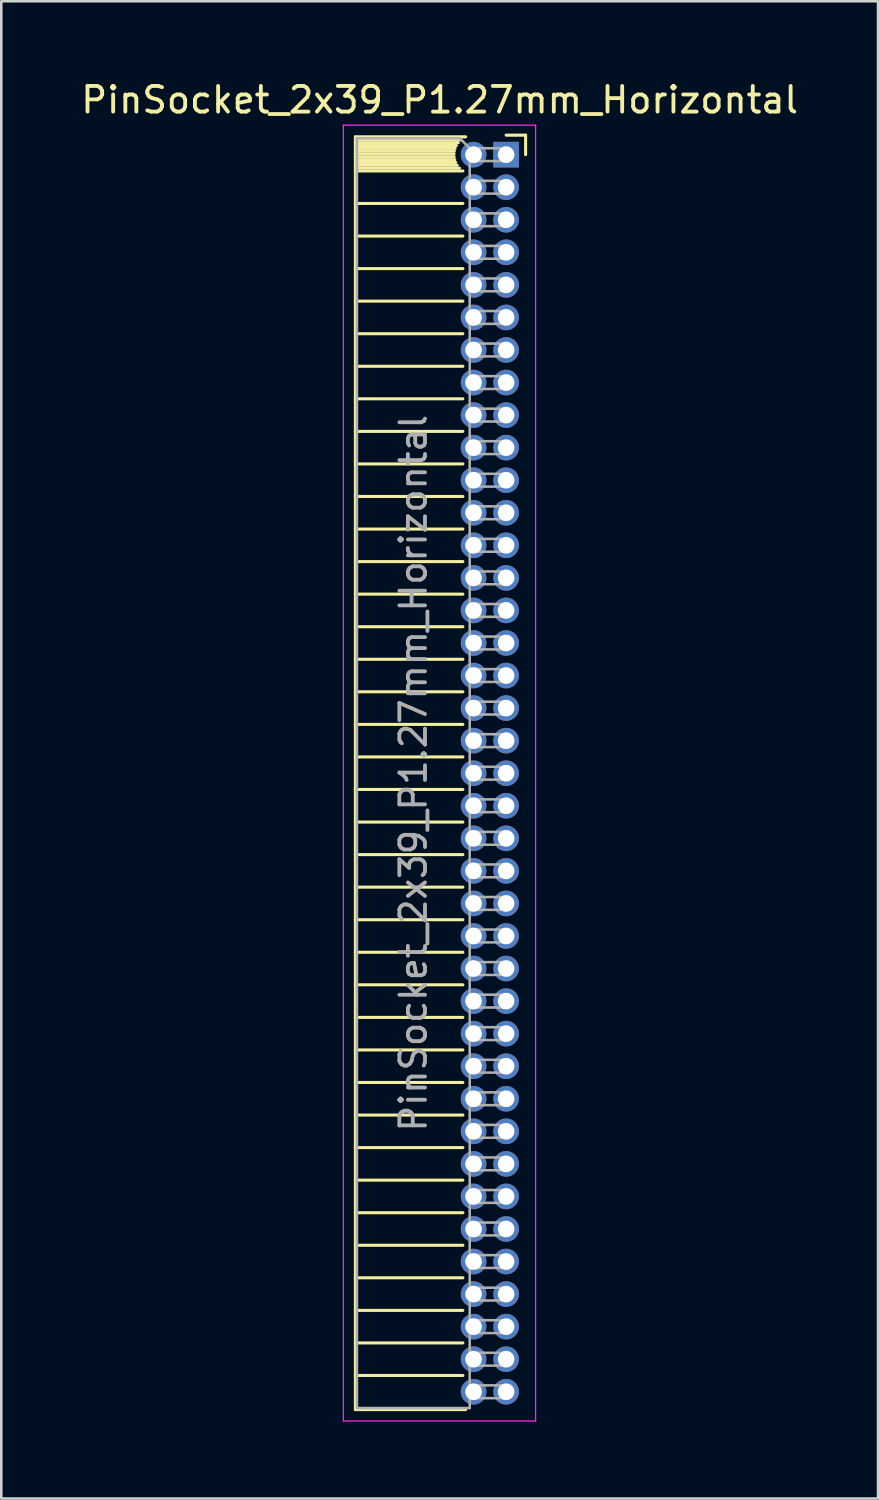
<source format=kicad_pcb>
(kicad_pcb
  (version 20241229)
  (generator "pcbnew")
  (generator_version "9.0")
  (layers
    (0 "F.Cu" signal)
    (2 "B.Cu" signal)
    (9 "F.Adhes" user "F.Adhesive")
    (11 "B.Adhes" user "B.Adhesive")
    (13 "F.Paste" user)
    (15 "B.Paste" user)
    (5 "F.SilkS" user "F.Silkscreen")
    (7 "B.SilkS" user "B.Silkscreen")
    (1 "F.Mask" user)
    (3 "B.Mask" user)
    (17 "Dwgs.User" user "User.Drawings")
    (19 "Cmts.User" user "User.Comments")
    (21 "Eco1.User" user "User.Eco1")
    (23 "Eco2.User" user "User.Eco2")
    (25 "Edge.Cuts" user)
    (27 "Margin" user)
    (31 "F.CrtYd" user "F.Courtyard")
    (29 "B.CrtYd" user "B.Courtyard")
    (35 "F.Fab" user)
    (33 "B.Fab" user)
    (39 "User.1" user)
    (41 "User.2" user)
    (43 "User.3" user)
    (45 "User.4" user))
  (footprint "PinSocket_2x39_P1.27mm_Horizontal"
    (layer "F.Cu")
    (at 16.694 2.983)
    (property "Reference" "PinSocket_2x39_P1.27mm_Horizontal" (at -2.592 -2.135 0) (layer "F.SilkS") (effects (font (size 1 1) (thickness 0.15))))
    (attr through_hole)
    (fp_line (start -5.88 -0.695) (end -5.88 48.955) (stroke (width 0.12) (type solid)) (layer "F.SilkS"))
    (fp_line (start -5.88 -0.695) (end -1.578 -0.695) (stroke (width 0.12) (type solid)) (layer "F.SilkS"))
    (fp_line (start -5.88 -0.575) (end -1.767 -0.575) (stroke (width 0.12) (type solid)) (layer "F.SilkS"))
    (fp_line (start -5.88 -0.465) (end -1.871 -0.465) (stroke (width 0.12) (type solid)) (layer "F.SilkS"))
    (fp_line (start -5.88 -0.355) (end -1.942 -0.355) (stroke (width 0.12) (type solid)) (layer "F.SilkS"))
    (fp_line (start -5.88 -0.245) (end -1.989 -0.245) (stroke (width 0.12) (type solid)) (layer "F.SilkS"))
    (fp_line (start -5.88 -0.135) (end -2.018 -0.135) (stroke (width 0.12) (type solid)) (layer "F.SilkS"))
    (fp_line (start -5.88 -0.025) (end -2.03 -0.025) (stroke (width 0.12) (type solid)) (layer "F.SilkS"))
    (fp_line (start -5.88 0.085) (end -2.025 0.085) (stroke (width 0.12) (type solid)) (layer "F.SilkS"))
    (fp_line (start -5.88 0.195) (end -2.005 0.195) (stroke (width 0.12) (type solid)) (layer "F.SilkS"))
    (fp_line (start -5.88 0.305) (end -1.966 0.305) (stroke (width 0.12) (type solid)) (layer "F.SilkS"))
    (fp_line (start -5.88 0.415) (end -1.907 0.415) (stroke (width 0.12) (type solid)) (layer "F.SilkS"))
    (fp_line (start -5.88 0.525) (end -1.82 0.525) (stroke (width 0.12) (type solid)) (layer "F.SilkS"))
    (fp_line (start -5.88 0.635) (end -1.688 0.635) (stroke (width 0.12) (type solid)) (layer "F.SilkS"))
    (fp_line (start -5.88 1.905) (end -1.688 1.905) (stroke (width 0.12) (type solid)) (layer "F.SilkS"))
    (fp_line (start -5.88 3.175) (end -1.688 3.175) (stroke (width 0.12) (type solid)) (layer "F.SilkS"))
    (fp_line (start -5.88 4.445) (end -1.688 4.445) (stroke (width 0.12) (type solid)) (layer "F.SilkS"))
    (fp_line (start -5.88 5.715) (end -1.688 5.715) (stroke (width 0.12) (type solid)) (layer "F.SilkS"))
    (fp_line (start -5.88 6.985) (end -1.688 6.985) (stroke (width 0.12) (type solid)) (layer "F.SilkS"))
    (fp_line (start -5.88 8.255) (end -1.688 8.255) (stroke (width 0.12) (type solid)) (layer "F.SilkS"))
    (fp_line (start -5.88 9.525) (end -1.688 9.525) (stroke (width 0.12) (type solid)) (layer "F.SilkS"))
    (fp_line (start -5.88 10.795) (end -1.688 10.795) (stroke (width 0.12) (type solid)) (layer "F.SilkS"))
    (fp_line (start -5.88 12.065) (end -1.688 12.065) (stroke (width 0.12) (type solid)) (layer "F.SilkS"))
    (fp_line (start -5.88 13.335) (end -1.688 13.335) (stroke (width 0.12) (type solid)) (layer "F.SilkS"))
    (fp_line (start -5.88 14.605) (end -1.688 14.605) (stroke (width 0.12) (type solid)) (layer "F.SilkS"))
    (fp_line (start -5.88 15.875) (end -1.688 15.875) (stroke (width 0.12) (type solid)) (layer "F.SilkS"))
    (fp_line (start -5.88 17.145) (end -1.688 17.145) (stroke (width 0.12) (type solid)) (layer "F.SilkS"))
    (fp_line (start -5.88 18.415) (end -1.688 18.415) (stroke (width 0.12) (type solid)) (layer "F.SilkS"))
    (fp_line (start -5.88 19.685) (end -1.688 19.685) (stroke (width 0.12) (type solid)) (layer "F.SilkS"))
    (fp_line (start -5.88 20.955) (end -1.688 20.955) (stroke (width 0.12) (type solid)) (layer "F.SilkS"))
    (fp_line (start -5.88 22.225) (end -1.688 22.225) (stroke (width 0.12) (type solid)) (layer "F.SilkS"))
    (fp_line (start -5.88 23.495) (end -1.688 23.495) (stroke (width 0.12) (type solid)) (layer "F.SilkS"))
    (fp_line (start -5.88 24.765) (end -1.688 24.765) (stroke (width 0.12) (type solid)) (layer "F.SilkS"))
    (fp_line (start -5.88 26.035) (end -1.688 26.035) (stroke (width 0.12) (type solid)) (layer "F.SilkS"))
    (fp_line (start -5.88 27.305) (end -1.688 27.305) (stroke (width 0.12) (type solid)) (layer "F.SilkS"))
    (fp_line (start -5.88 28.575) (end -1.688 28.575) (stroke (width 0.12) (type solid)) (layer "F.SilkS"))
    (fp_line (start -5.88 29.845) (end -1.688 29.845) (stroke (width 0.12) (type solid)) (layer "F.SilkS"))
    (fp_line (start -5.88 31.115) (end -1.688 31.115) (stroke (width 0.12) (type solid)) (layer "F.SilkS"))
    (fp_line (start -5.88 32.385) (end -1.688 32.385) (stroke (width 0.12) (type solid)) (layer "F.SilkS"))
    (fp_line (start -5.88 33.655) (end -1.688 33.655) (stroke (width 0.12) (type solid)) (layer "F.SilkS"))
    (fp_line (start -5.88 34.925) (end -1.688 34.925) (stroke (width 0.12) (type solid)) (layer "F.SilkS"))
    (fp_line (start -5.88 36.195) (end -1.688 36.195) (stroke (width 0.12) (type solid)) (layer "F.SilkS"))
    (fp_line (start -5.88 37.465) (end -1.688 37.465) (stroke (width 0.12) (type solid)) (layer "F.SilkS"))
    (fp_line (start -5.88 38.735) (end -1.688 38.735) (stroke (width 0.12) (type solid)) (layer "F.SilkS"))
    (fp_line (start -5.88 40.005) (end -1.688 40.005) (stroke (width 0.12) (type solid)) (layer "F.SilkS"))
    (fp_line (start -5.88 41.275) (end -1.688 41.275) (stroke (width 0.12) (type solid)) (layer "F.SilkS"))
    (fp_line (start -5.88 42.545) (end -1.688 42.545) (stroke (width 0.12) (type solid)) (layer "F.SilkS"))
    (fp_line (start -5.88 43.815) (end -1.688 43.815) (stroke (width 0.12) (type solid)) (layer "F.SilkS"))
    (fp_line (start -5.88 45.085) (end -1.688 45.085) (stroke (width 0.12) (type solid)) (layer "F.SilkS"))
    (fp_line (start -5.88 46.355) (end -1.688 46.355) (stroke (width 0.12) (type solid)) (layer "F.SilkS"))
    (fp_line (start -5.88 47.625) (end -1.688 47.625) (stroke (width 0.12) (type solid)) (layer "F.SilkS"))
    (fp_line (start -5.88 48.955) (end -1.578 48.955) (stroke (width 0.12) (type solid)) (layer "F.SilkS"))
    (fp_line (start 0 -0.76) (end 0.76 -0.76) (stroke (width 0.12) (type solid)) (layer "F.SilkS"))
    (fp_line (start 0.76 -0.76) (end 0.76 0) (stroke (width 0.12) (type solid)) (layer "F.SilkS"))
    (fp_line (start -6.35 -1.15) (end -6.35 49.4) (stroke (width 0.05) (type solid)) (layer "F.CrtYd"))
    (fp_line (start -6.35 49.4) (end 1.15 49.4) (stroke (width 0.05) (type solid)) (layer "F.CrtYd"))
    (fp_line (start 1.15 -1.15) (end -6.35 -1.15) (stroke (width 0.05) (type solid)) (layer "F.CrtYd"))
    (fp_line (start 1.15 49.4) (end 1.15 -1.15) (stroke (width 0.05) (type solid)) (layer "F.CrtYd"))
    (fp_line (start -5.82 -0.635) (end -1.805 -0.635) (stroke (width 0.1) (type solid)) (layer "F.Fab"))
    (fp_line (start -5.82 48.895) (end -5.82 -0.635) (stroke (width 0.1) (type solid)) (layer "F.Fab"))
    (fp_line (start -1.805 -0.635) (end -1.42 -0.25) (stroke (width 0.1) (type solid)) (layer "F.Fab"))
    (fp_line (start -1.42 -0.25) (end -1.42 48.895) (stroke (width 0.1) (type solid)) (layer "F.Fab"))
    (fp_line (start -1.42 0.25) (end 0 0.25) (stroke (width 0.1) (type solid)) (layer "F.Fab"))
    (fp_line (start -1.42 1.52) (end 0 1.52) (stroke (width 0.1) (type solid)) (layer "F.Fab"))
    (fp_line (start -1.42 2.79) (end 0 2.79) (stroke (width 0.1) (type solid)) (layer "F.Fab"))
    (fp_line (start -1.42 4.06) (end 0 4.06) (stroke (width 0.1) (type solid)) (layer "F.Fab"))
    (fp_line (start -1.42 5.33) (end 0 5.33) (stroke (width 0.1) (type solid)) (layer "F.Fab"))
    (fp_line (start -1.42 6.6) (end 0 6.6) (stroke (width 0.1) (type solid)) (layer "F.Fab"))
    (fp_line (start -1.42 7.87) (end 0 7.87) (stroke (width 0.1) (type solid)) (layer "F.Fab"))
    (fp_line (start -1.42 9.14) (end 0 9.14) (stroke (width 0.1) (type solid)) (layer "F.Fab"))
    (fp_line (start -1.42 10.41) (end 0 10.41) (stroke (width 0.1) (type solid)) (layer "F.Fab"))
    (fp_line (start -1.42 11.68) (end 0 11.68) (stroke (width 0.1) (type solid)) (layer "F.Fab"))
    (fp_line (start -1.42 12.95) (end 0 12.95) (stroke (width 0.1) (type solid)) (layer "F.Fab"))
    (fp_line (start -1.42 14.22) (end 0 14.22) (stroke (width 0.1) (type solid)) (layer "F.Fab"))
    (fp_line (start -1.42 15.49) (end 0 15.49) (stroke (width 0.1) (type solid)) (layer "F.Fab"))
    (fp_line (start -1.42 16.76) (end 0 16.76) (stroke (width 0.1) (type solid)) (layer "F.Fab"))
    (fp_line (start -1.42 18.03) (end 0 18.03) (stroke (width 0.1) (type solid)) (layer "F.Fab"))
    (fp_line (start -1.42 19.3) (end 0 19.3) (stroke (width 0.1) (type solid)) (layer "F.Fab"))
    (fp_line (start -1.42 20.57) (end 0 20.57) (stroke (width 0.1) (type solid)) (layer "F.Fab"))
    (fp_line (start -1.42 21.84) (end 0 21.84) (stroke (width 0.1) (type solid)) (layer "F.Fab"))
    (fp_line (start -1.42 23.11) (end 0 23.11) (stroke (width 0.1) (type solid)) (layer "F.Fab"))
    (fp_line (start -1.42 24.38) (end 0 24.38) (stroke (width 0.1) (type solid)) (layer "F.Fab"))
    (fp_line (start -1.42 25.65) (end 0 25.65) (stroke (width 0.1) (type solid)) (layer "F.Fab"))
    (fp_line (start -1.42 26.92) (end 0 26.92) (stroke (width 0.1) (type solid)) (layer "F.Fab"))
    (fp_line (start -1.42 28.19) (end 0 28.19) (stroke (width 0.1) (type solid)) (layer "F.Fab"))
    (fp_line (start -1.42 29.46) (end 0 29.46) (stroke (width 0.1) (type solid)) (layer "F.Fab"))
    (fp_line (start -1.42 30.73) (end 0 30.73) (stroke (width 0.1) (type solid)) (layer "F.Fab"))
    (fp_line (start -1.42 32) (end 0 32) (stroke (width 0.1) (type solid)) (layer "F.Fab"))
    (fp_line (start -1.42 33.27) (end 0 33.27) (stroke (width 0.1) (type solid)) (layer "F.Fab"))
    (fp_line (start -1.42 34.54) (end 0 34.54) (stroke (width 0.1) (type solid)) (layer "F.Fab"))
    (fp_line (start -1.42 35.81) (end 0 35.81) (stroke (width 0.1) (type solid)) (layer "F.Fab"))
    (fp_line (start -1.42 37.08) (end 0 37.08) (stroke (width 0.1) (type solid)) (layer "F.Fab"))
    (fp_line (start -1.42 38.35) (end 0 38.35) (stroke (width 0.1) (type solid)) (layer "F.Fab"))
    (fp_line (start -1.42 39.62) (end 0 39.62) (stroke (width 0.1) (type solid)) (layer "F.Fab"))
    (fp_line (start -1.42 40.89) (end 0 40.89) (stroke (width 0.1) (type solid)) (layer "F.Fab"))
    (fp_line (start -1.42 42.16) (end 0 42.16) (stroke (width 0.1) (type solid)) (layer "F.Fab"))
    (fp_line (start -1.42 43.43) (end 0 43.43) (stroke (width 0.1) (type solid)) (layer "F.Fab"))
    (fp_line (start -1.42 44.7) (end 0 44.7) (stroke (width 0.1) (type solid)) (layer "F.Fab"))
    (fp_line (start -1.42 45.97) (end 0 45.97) (stroke (width 0.1) (type solid)) (layer "F.Fab"))
    (fp_line (start -1.42 47.24) (end 0 47.24) (stroke (width 0.1) (type solid)) (layer "F.Fab"))
    (fp_line (start -1.42 48.51) (end 0 48.51) (stroke (width 0.1) (type solid)) (layer "F.Fab"))
    (fp_line (start -1.42 48.895) (end -5.82 48.895) (stroke (width 0.1) (type solid)) (layer "F.Fab"))
    (fp_line (start 0 -0.25) (end -1.42 -0.25) (stroke (width 0.1) (type solid)) (layer "F.Fab"))
    (fp_line (start 0 0.25) (end 0 -0.25) (stroke (width 0.1) (type solid)) (layer "F.Fab"))
    (fp_line (start 0 1.02) (end -1.42 1.02) (stroke (width 0.1) (type solid)) (layer "F.Fab"))
    (fp_line (start 0 1.52) (end 0 1.02) (stroke (width 0.1) (type solid)) (layer "F.Fab"))
    (fp_line (start 0 2.29) (end -1.42 2.29) (stroke (width 0.1) (type solid)) (layer "F.Fab"))
    (fp_line (start 0 2.79) (end 0 2.29) (stroke (width 0.1) (type solid)) (layer "F.Fab"))
    (fp_line (start 0 3.56) (end -1.42 3.56) (stroke (width 0.1) (type solid)) (layer "F.Fab"))
    (fp_line (start 0 4.06) (end 0 3.56) (stroke (width 0.1) (type solid)) (layer "F.Fab"))
    (fp_line (start 0 4.83) (end -1.42 4.83) (stroke (width 0.1) (type solid)) (layer "F.Fab"))
    (fp_line (start 0 5.33) (end 0 4.83) (stroke (width 0.1) (type solid)) (layer "F.Fab"))
    (fp_line (start 0 6.1) (end -1.42 6.1) (stroke (width 0.1) (type solid)) (layer "F.Fab"))
    (fp_line (start 0 6.6) (end 0 6.1) (stroke (width 0.1) (type solid)) (layer "F.Fab"))
    (fp_line (start 0 7.37) (end -1.42 7.37) (stroke (width 0.1) (type solid)) (layer "F.Fab"))
    (fp_line (start 0 7.87) (end 0 7.37) (stroke (width 0.1) (type solid)) (layer "F.Fab"))
    (fp_line (start 0 8.64) (end -1.42 8.64) (stroke (width 0.1) (type solid)) (layer "F.Fab"))
    (fp_line (start 0 9.14) (end 0 8.64) (stroke (width 0.1) (type solid)) (layer "F.Fab"))
    (fp_line (start 0 9.91) (end -1.42 9.91) (stroke (width 0.1) (type solid)) (layer "F.Fab"))
    (fp_line (start 0 10.41) (end 0 9.91) (stroke (width 0.1) (type solid)) (layer "F.Fab"))
    (fp_line (start 0 11.18) (end -1.42 11.18) (stroke (width 0.1) (type solid)) (layer "F.Fab"))
    (fp_line (start 0 11.68) (end 0 11.18) (stroke (width 0.1) (type solid)) (layer "F.Fab"))
    (fp_line (start 0 12.45) (end -1.42 12.45) (stroke (width 0.1) (type solid)) (layer "F.Fab"))
    (fp_line (start 0 12.95) (end 0 12.45) (stroke (width 0.1) (type solid)) (layer "F.Fab"))
    (fp_line (start 0 13.72) (end -1.42 13.72) (stroke (width 0.1) (type solid)) (layer "F.Fab"))
    (fp_line (start 0 14.22) (end 0 13.72) (stroke (width 0.1) (type solid)) (layer "F.Fab"))
    (fp_line (start 0 14.99) (end -1.42 14.99) (stroke (width 0.1) (type solid)) (layer "F.Fab"))
    (fp_line (start 0 15.49) (end 0 14.99) (stroke (width 0.1) (type solid)) (layer "F.Fab"))
    (fp_line (start 0 16.26) (end -1.42 16.26) (stroke (width 0.1) (type solid)) (layer "F.Fab"))
    (fp_line (start 0 16.76) (end 0 16.26) (stroke (width 0.1) (type solid)) (layer "F.Fab"))
    (fp_line (start 0 17.53) (end -1.42 17.53) (stroke (width 0.1) (type solid)) (layer "F.Fab"))
    (fp_line (start 0 18.03) (end 0 17.53) (stroke (width 0.1) (type solid)) (layer "F.Fab"))
    (fp_line (start 0 18.8) (end -1.42 18.8) (stroke (width 0.1) (type solid)) (layer "F.Fab"))
    (fp_line (start 0 19.3) (end 0 18.8) (stroke (width 0.1) (type solid)) (layer "F.Fab"))
    (fp_line (start 0 20.07) (end -1.42 20.07) (stroke (width 0.1) (type solid)) (layer "F.Fab"))
    (fp_line (start 0 20.57) (end 0 20.07) (stroke (width 0.1) (type solid)) (layer "F.Fab"))
    (fp_line (start 0 21.34) (end -1.42 21.34) (stroke (width 0.1) (type solid)) (layer "F.Fab"))
    (fp_line (start 0 21.84) (end 0 21.34) (stroke (width 0.1) (type solid)) (layer "F.Fab"))
    (fp_line (start 0 22.61) (end -1.42 22.61) (stroke (width 0.1) (type solid)) (layer "F.Fab"))
    (fp_line (start 0 23.11) (end 0 22.61) (stroke (width 0.1) (type solid)) (layer "F.Fab"))
    (fp_line (start 0 23.88) (end -1.42 23.88) (stroke (width 0.1) (type solid)) (layer "F.Fab"))
    (fp_line (start 0 24.38) (end 0 23.88) (stroke (width 0.1) (type solid)) (layer "F.Fab"))
    (fp_line (start 0 25.15) (end -1.42 25.15) (stroke (width 0.1) (type solid)) (layer "F.Fab"))
    (fp_line (start 0 25.65) (end 0 25.15) (stroke (width 0.1) (type solid)) (layer "F.Fab"))
    (fp_line (start 0 26.42) (end -1.42 26.42) (stroke (width 0.1) (type solid)) (layer "F.Fab"))
    (fp_line (start 0 26.92) (end 0 26.42) (stroke (width 0.1) (type solid)) (layer "F.Fab"))
    (fp_line (start 0 27.69) (end -1.42 27.69) (stroke (width 0.1) (type solid)) (layer "F.Fab"))
    (fp_line (start 0 28.19) (end 0 27.69) (stroke (width 0.1) (type solid)) (layer "F.Fab"))
    (fp_line (start 0 28.96) (end -1.42 28.96) (stroke (width 0.1) (type solid)) (layer "F.Fab"))
    (fp_line (start 0 29.46) (end 0 28.96) (stroke (width 0.1) (type solid)) (layer "F.Fab"))
    (fp_line (start 0 30.23) (end -1.42 30.23) (stroke (width 0.1) (type solid)) (layer "F.Fab"))
    (fp_line (start 0 30.73) (end 0 30.23) (stroke (width 0.1) (type solid)) (layer "F.Fab"))
    (fp_line (start 0 31.5) (end -1.42 31.5) (stroke (width 0.1) (type solid)) (layer "F.Fab"))
    (fp_line (start 0 32) (end 0 31.5) (stroke (width 0.1) (type solid)) (layer "F.Fab"))
    (fp_line (start 0 32.77) (end -1.42 32.77) (stroke (width 0.1) (type solid)) (layer "F.Fab"))
    (fp_line (start 0 33.27) (end 0 32.77) (stroke (width 0.1) (type solid)) (layer "F.Fab"))
    (fp_line (start 0 34.04) (end -1.42 34.04) (stroke (width 0.1) (type solid)) (layer "F.Fab"))
    (fp_line (start 0 34.54) (end 0 34.04) (stroke (width 0.1) (type solid)) (layer "F.Fab"))
    (fp_line (start 0 35.31) (end -1.42 35.31) (stroke (width 0.1) (type solid)) (layer "F.Fab"))
    (fp_line (start 0 35.81) (end 0 35.31) (stroke (width 0.1) (type solid)) (layer "F.Fab"))
    (fp_line (start 0 36.58) (end -1.42 36.58) (stroke (width 0.1) (type solid)) (layer "F.Fab"))
    (fp_line (start 0 37.08) (end 0 36.58) (stroke (width 0.1) (type solid)) (layer "F.Fab"))
    (fp_line (start 0 37.85) (end -1.42 37.85) (stroke (width 0.1) (type solid)) (layer "F.Fab"))
    (fp_line (start 0 38.35) (end 0 37.85) (stroke (width 0.1) (type solid)) (layer "F.Fab"))
    (fp_line (start 0 39.12) (end -1.42 39.12) (stroke (width 0.1) (type solid)) (layer "F.Fab"))
    (fp_line (start 0 39.62) (end 0 39.12) (stroke (width 0.1) (type solid)) (layer "F.Fab"))
    (fp_line (start 0 40.39) (end -1.42 40.39) (stroke (width 0.1) (type solid)) (layer "F.Fab"))
    (fp_line (start 0 40.89) (end 0 40.39) (stroke (width 0.1) (type solid)) (layer "F.Fab"))
    (fp_line (start 0 41.66) (end -1.42 41.66) (stroke (width 0.1) (type solid)) (layer "F.Fab"))
    (fp_line (start 0 42.16) (end 0 41.66) (stroke (width 0.1) (type solid)) (layer "F.Fab"))
    (fp_line (start 0 42.93) (end -1.42 42.93) (stroke (width 0.1) (type solid)) (layer "F.Fab"))
    (fp_line (start 0 43.43) (end 0 42.93) (stroke (width 0.1) (type solid)) (layer "F.Fab"))
    (fp_line (start 0 44.2) (end -1.42 44.2) (stroke (width 0.1) (type solid)) (layer "F.Fab"))
    (fp_line (start 0 44.7) (end 0 44.2) (stroke (width 0.1) (type solid)) (layer "F.Fab"))
    (fp_line (start 0 45.47) (end -1.42 45.47) (stroke (width 0.1) (type solid)) (layer "F.Fab"))
    (fp_line (start 0 45.97) (end 0 45.47) (stroke (width 0.1) (type solid)) (layer "F.Fab"))
    (fp_line (start 0 46.74) (end -1.42 46.74) (stroke (width 0.1) (type solid)) (layer "F.Fab"))
    (fp_line (start 0 47.24) (end 0 46.74) (stroke (width 0.1) (type solid)) (layer "F.Fab"))
    (fp_line (start 0 48.01) (end -1.42 48.01) (stroke (width 0.1) (type solid)) (layer "F.Fab"))
    (fp_line (start 0 48.51) (end 0 48.01) (stroke (width 0.1) (type solid)) (layer "F.Fab"))
    (fp_text user "${REFERENCE}" (at -3.62 24.13 90) (layer "F.Fab") (effects (font (size 1 1) (thickness 0.15))))
    (pad "1" thru_hole rect (at 0 0) (size 1 1) (drill 0.65) (layers "*.Cu" "*.Mask"))
    (pad "2" thru_hole oval (at -1.27 0) (size 1 1) (drill 0.65) (layers "*.Cu" "*.Mask"))
    (pad "3" thru_hole oval (at 0 1.27) (size 1 1) (drill 0.65) (layers "*.Cu" "*.Mask"))
    (pad "4" thru_hole oval (at -1.27 1.27) (size 1 1) (drill 0.65) (layers "*.Cu" "*.Mask"))
    (pad "5" thru_hole oval (at 0 2.54) (size 1 1) (drill 0.65) (layers "*.Cu" "*.Mask"))
    (pad "6" thru_hole oval (at -1.27 2.54) (size 1 1) (drill 0.65) (layers "*.Cu" "*.Mask"))
    (pad "7" thru_hole oval (at 0 3.81) (size 1 1) (drill 0.65) (layers "*.Cu" "*.Mask"))
    (pad "8" thru_hole oval (at -1.27 3.81) (size 1 1) (drill 0.65) (layers "*.Cu" "*.Mask"))
    (pad "9" thru_hole oval (at 0 5.08) (size 1 1) (drill 0.65) (layers "*.Cu" "*.Mask"))
    (pad "10" thru_hole oval (at -1.27 5.08) (size 1 1) (drill 0.65) (layers "*.Cu" "*.Mask"))
    (pad "11" thru_hole oval (at 0 6.35) (size 1 1) (drill 0.65) (layers "*.Cu" "*.Mask"))
    (pad "12" thru_hole oval (at -1.27 6.35) (size 1 1) (drill 0.65) (layers "*.Cu" "*.Mask"))
    (pad "13" thru_hole oval (at 0 7.62) (size 1 1) (drill 0.65) (layers "*.Cu" "*.Mask"))
    (pad "14" thru_hole oval (at -1.27 7.62) (size 1 1) (drill 0.65) (layers "*.Cu" "*.Mask"))
    (pad "15" thru_hole oval (at 0 8.89) (size 1 1) (drill 0.65) (layers "*.Cu" "*.Mask"))
    (pad "16" thru_hole oval (at -1.27 8.89) (size 1 1) (drill 0.65) (layers "*.Cu" "*.Mask"))
    (pad "17" thru_hole oval (at 0 10.16) (size 1 1) (drill 0.65) (layers "*.Cu" "*.Mask"))
    (pad "18" thru_hole oval (at -1.27 10.16) (size 1 1) (drill 0.65) (layers "*.Cu" "*.Mask"))
    (pad "19" thru_hole oval (at 0 11.43) (size 1 1) (drill 0.65) (layers "*.Cu" "*.Mask"))
    (pad "20" thru_hole oval (at -1.27 11.43) (size 1 1) (drill 0.65) (layers "*.Cu" "*.Mask"))
    (pad "21" thru_hole oval (at 0 12.7) (size 1 1) (drill 0.65) (layers "*.Cu" "*.Mask"))
    (pad "22" thru_hole oval (at -1.27 12.7) (size 1 1) (drill 0.65) (layers "*.Cu" "*.Mask"))
    (pad "23" thru_hole oval (at 0 13.97) (size 1 1) (drill 0.65) (layers "*.Cu" "*.Mask"))
    (pad "24" thru_hole oval (at -1.27 13.97) (size 1 1) (drill 0.65) (layers "*.Cu" "*.Mask"))
    (pad "25" thru_hole oval (at 0 15.24) (size 1 1) (drill 0.65) (layers "*.Cu" "*.Mask"))
    (pad "26" thru_hole oval (at -1.27 15.24) (size 1 1) (drill 0.65) (layers "*.Cu" "*.Mask"))
    (pad "27" thru_hole oval (at 0 16.51) (size 1 1) (drill 0.65) (layers "*.Cu" "*.Mask"))
    (pad "28" thru_hole oval (at -1.27 16.51) (size 1 1) (drill 0.65) (layers "*.Cu" "*.Mask"))
    (pad "29" thru_hole oval (at 0 17.78) (size 1 1) (drill 0.65) (layers "*.Cu" "*.Mask"))
    (pad "30" thru_hole oval (at -1.27 17.78) (size 1 1) (drill 0.65) (layers "*.Cu" "*.Mask"))
    (pad "31" thru_hole oval (at 0 19.05) (size 1 1) (drill 0.65) (layers "*.Cu" "*.Mask"))
    (pad "32" thru_hole oval (at -1.27 19.05) (size 1 1) (drill 0.65) (layers "*.Cu" "*.Mask"))
    (pad "33" thru_hole oval (at 0 20.32) (size 1 1) (drill 0.65) (layers "*.Cu" "*.Mask"))
    (pad "34" thru_hole oval (at -1.27 20.32) (size 1 1) (drill 0.65) (layers "*.Cu" "*.Mask"))
    (pad "35" thru_hole oval (at 0 21.59) (size 1 1) (drill 0.65) (layers "*.Cu" "*.Mask"))
    (pad "36" thru_hole oval (at -1.27 21.59) (size 1 1) (drill 0.65) (layers "*.Cu" "*.Mask"))
    (pad "37" thru_hole oval (at 0 22.86) (size 1 1) (drill 0.65) (layers "*.Cu" "*.Mask"))
    (pad "38" thru_hole oval (at -1.27 22.86) (size 1 1) (drill 0.65) (layers "*.Cu" "*.Mask"))
    (pad "39" thru_hole oval (at 0 24.13) (size 1 1) (drill 0.65) (layers "*.Cu" "*.Mask"))
    (pad "40" thru_hole oval (at -1.27 24.13) (size 1 1) (drill 0.65) (layers "*.Cu" "*.Mask"))
    (pad "41" thru_hole oval (at 0 25.4) (size 1 1) (drill 0.65) (layers "*.Cu" "*.Mask"))
    (pad "42" thru_hole oval (at -1.27 25.4) (size 1 1) (drill 0.65) (layers "*.Cu" "*.Mask"))
    (pad "43" thru_hole oval (at 0 26.67) (size 1 1) (drill 0.65) (layers "*.Cu" "*.Mask"))
    (pad "44" thru_hole oval (at -1.27 26.67) (size 1 1) (drill 0.65) (layers "*.Cu" "*.Mask"))
    (pad "45" thru_hole oval (at 0 27.94) (size 1 1) (drill 0.65) (layers "*.Cu" "*.Mask"))
    (pad "46" thru_hole oval (at -1.27 27.94) (size 1 1) (drill 0.65) (layers "*.Cu" "*.Mask"))
    (pad "47" thru_hole oval (at 0 29.21) (size 1 1) (drill 0.65) (layers "*.Cu" "*.Mask"))
    (pad "48" thru_hole oval (at -1.27 29.21) (size 1 1) (drill 0.65) (layers "*.Cu" "*.Mask"))
    (pad "49" thru_hole oval (at 0 30.48) (size 1 1) (drill 0.65) (layers "*.Cu" "*.Mask"))
    (pad "50" thru_hole oval (at -1.27 30.48) (size 1 1) (drill 0.65) (layers "*.Cu" "*.Mask"))
    (pad "51" thru_hole oval (at 0 31.75) (size 1 1) (drill 0.65) (layers "*.Cu" "*.Mask"))
    (pad "52" thru_hole oval (at -1.27 31.75) (size 1 1) (drill 0.65) (layers "*.Cu" "*.Mask"))
    (pad "53" thru_hole oval (at 0 33.02) (size 1 1) (drill 0.65) (layers "*.Cu" "*.Mask"))
    (pad "54" thru_hole oval (at -1.27 33.02) (size 1 1) (drill 0.65) (layers "*.Cu" "*.Mask"))
    (pad "55" thru_hole oval (at 0 34.29) (size 1 1) (drill 0.65) (layers "*.Cu" "*.Mask"))
    (pad "56" thru_hole oval (at -1.27 34.29) (size 1 1) (drill 0.65) (layers "*.Cu" "*.Mask"))
    (pad "57" thru_hole oval (at 0 35.56) (size 1 1) (drill 0.65) (layers "*.Cu" "*.Mask"))
    (pad "58" thru_hole oval (at -1.27 35.56) (size 1 1) (drill 0.65) (layers "*.Cu" "*.Mask"))
    (pad "59" thru_hole oval (at 0 36.83) (size 1 1) (drill 0.65) (layers "*.Cu" "*.Mask"))
    (pad "60" thru_hole oval (at -1.27 36.83) (size 1 1) (drill 0.65) (layers "*.Cu" "*.Mask"))
    (pad "61" thru_hole oval (at 0 38.1) (size 1 1) (drill 0.65) (layers "*.Cu" "*.Mask"))
    (pad "62" thru_hole oval (at -1.27 38.1) (size 1 1) (drill 0.65) (layers "*.Cu" "*.Mask"))
    (pad "63" thru_hole oval (at 0 39.37) (size 1 1) (drill 0.65) (layers "*.Cu" "*.Mask"))
    (pad "64" thru_hole oval (at -1.27 39.37) (size 1 1) (drill 0.65) (layers "*.Cu" "*.Mask"))
    (pad "65" thru_hole oval (at 0 40.64) (size 1 1) (drill 0.65) (layers "*.Cu" "*.Mask"))
    (pad "66" thru_hole oval (at -1.27 40.64) (size 1 1) (drill 0.65) (layers "*.Cu" "*.Mask"))
    (pad "67" thru_hole oval (at 0 41.91) (size 1 1) (drill 0.65) (layers "*.Cu" "*.Mask"))
    (pad "68" thru_hole oval (at -1.27 41.91) (size 1 1) (drill 0.65) (layers "*.Cu" "*.Mask"))
    (pad "69" thru_hole oval (at 0 43.18) (size 1 1) (drill 0.65) (layers "*.Cu" "*.Mask"))
    (pad "70" thru_hole oval (at -1.27 43.18) (size 1 1) (drill 0.65) (layers "*.Cu" "*.Mask"))
    (pad "71" thru_hole oval (at 0 44.45) (size 1 1) (drill 0.65) (layers "*.Cu" "*.Mask"))
    (pad "72" thru_hole oval (at -1.27 44.45) (size 1 1) (drill 0.65) (layers "*.Cu" "*.Mask"))
    (pad "73" thru_hole oval (at 0 45.72) (size 1 1) (drill 0.65) (layers "*.Cu" "*.Mask"))
    (pad "74" thru_hole oval (at -1.27 45.72) (size 1 1) (drill 0.65) (layers "*.Cu" "*.Mask"))
    (pad "75" thru_hole oval (at 0 46.99) (size 1 1) (drill 0.65) (layers "*.Cu" "*.Mask"))
    (pad "76" thru_hole oval (at -1.27 46.99) (size 1 1) (drill 0.65) (layers "*.Cu" "*.Mask"))
    (pad "77" thru_hole oval (at 0 48.26) (size 1 1) (drill 0.65) (layers "*.Cu" "*.Mask"))
    (pad "78" thru_hole oval (at -1.27 48.26) (size 1 1) (drill 0.65) (layers "*.Cu" "*.Mask")))
  (gr_rect
    (start -3 -3)
    (end 31.202 55.408)
    (stroke (width 0.1) (type default))
    (fill no)
    (layer "Edge.Cuts")))
</source>
